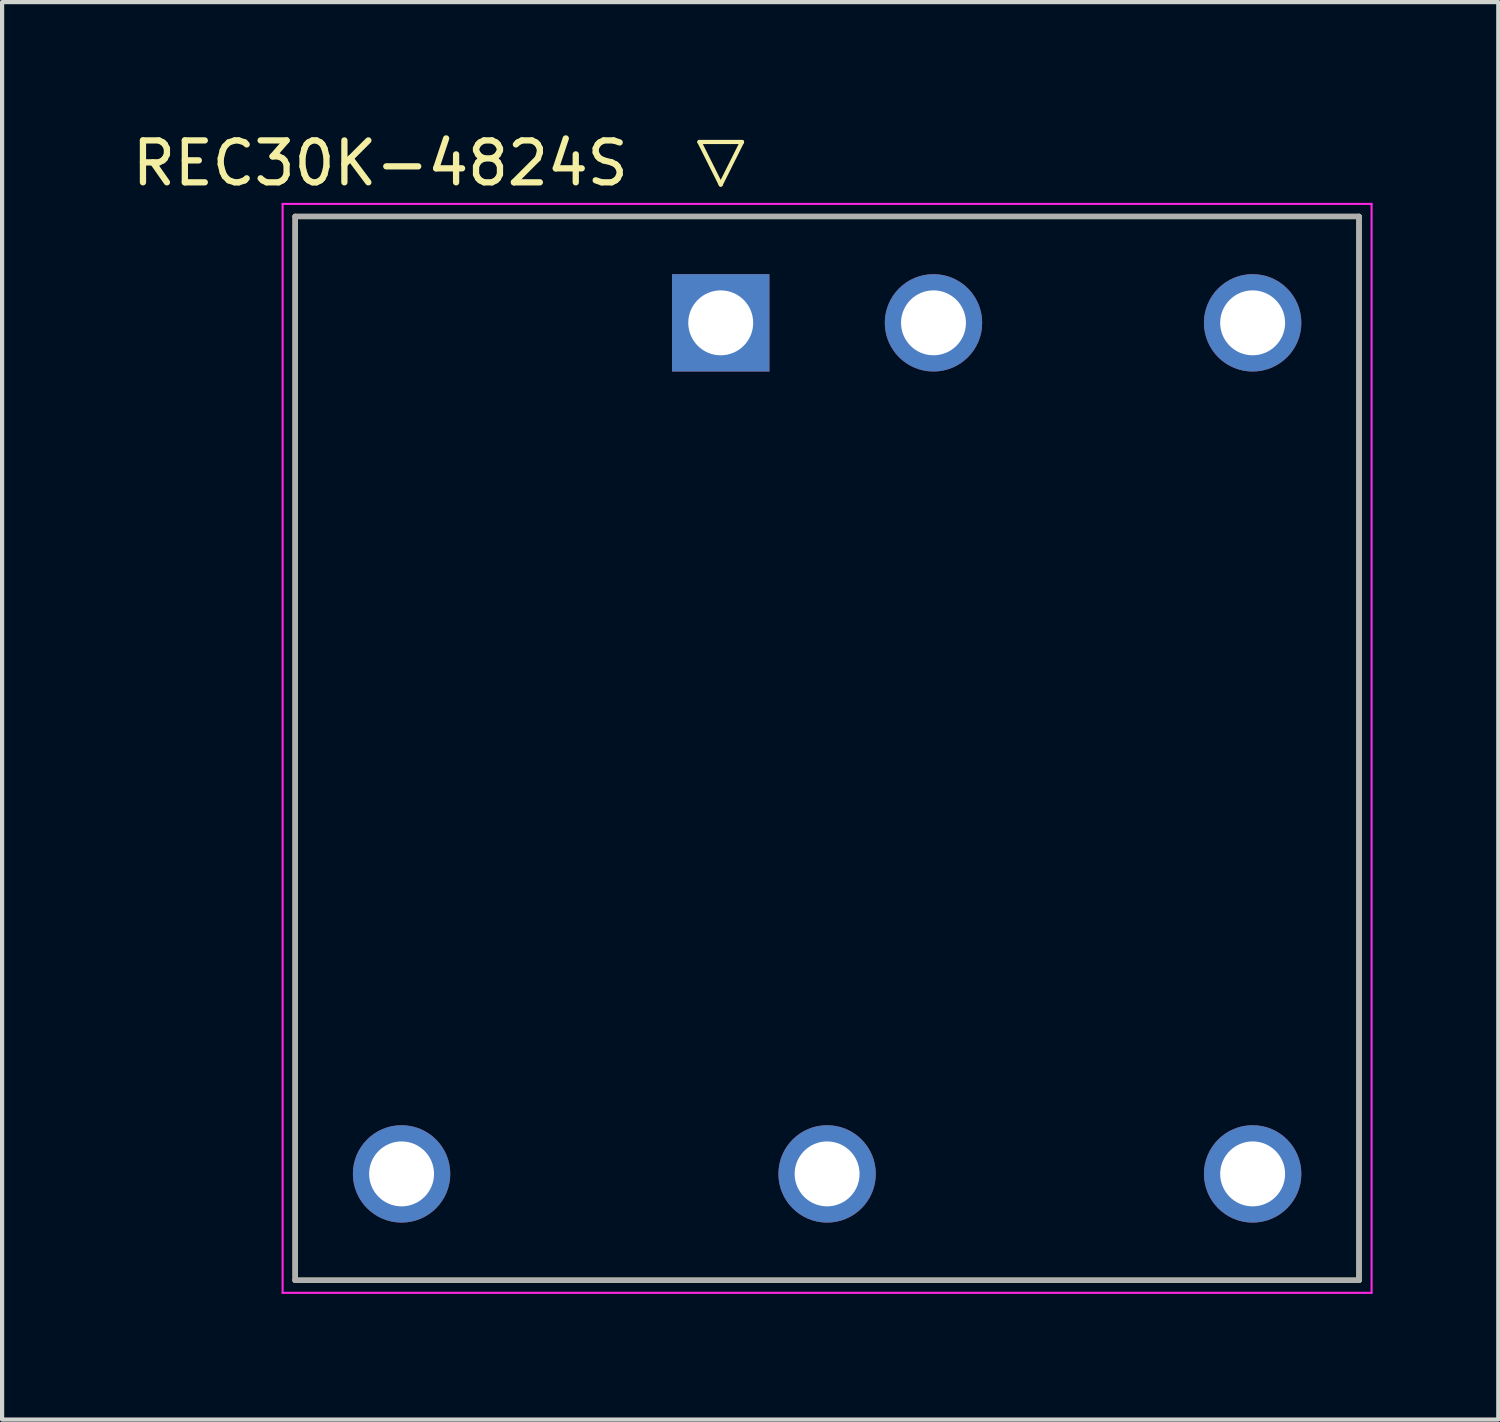
<source format=kicad_pcb>
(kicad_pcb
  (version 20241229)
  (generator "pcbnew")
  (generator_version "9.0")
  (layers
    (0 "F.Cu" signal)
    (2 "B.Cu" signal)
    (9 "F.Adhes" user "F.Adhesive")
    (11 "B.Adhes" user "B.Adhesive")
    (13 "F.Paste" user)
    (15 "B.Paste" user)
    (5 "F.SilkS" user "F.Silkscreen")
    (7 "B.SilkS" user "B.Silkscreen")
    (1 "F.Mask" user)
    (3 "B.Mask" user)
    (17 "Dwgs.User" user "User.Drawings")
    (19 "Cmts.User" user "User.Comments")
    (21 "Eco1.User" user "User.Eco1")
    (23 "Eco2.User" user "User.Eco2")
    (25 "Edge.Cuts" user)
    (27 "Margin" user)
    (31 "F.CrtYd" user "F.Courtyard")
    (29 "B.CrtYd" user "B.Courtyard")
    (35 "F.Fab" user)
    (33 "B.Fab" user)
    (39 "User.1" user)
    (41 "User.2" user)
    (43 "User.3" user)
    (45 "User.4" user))
  (footprint "REC30K-4824S"
    (layer "F.Cu")
    (at 16.698 14.818)
    (property "Reference" "REC30K-4824S" (at -10.668 -13.97 0) (layer "F.SilkS") (effects (font (size 1 1) (thickness 0.15))))
    (attr through_hole)
    (fp_line (start -12.7 -12.7) (end -12.7 12.7) (stroke (width 0.127) (type solid)) (layer "F.SilkS"))
    (fp_line (start -12.7 12.7) (end 12.7 12.7) (stroke (width 0.127) (type solid)) (layer "F.SilkS"))
    (fp_line (start -3.048 -14.478) (end -2.54 -13.462) (stroke (width 0.1) (type default)) (layer "F.SilkS"))
    (fp_line (start -2.54 -13.462) (end -2.032 -14.478) (stroke (width 0.1) (type default)) (layer "F.SilkS"))
    (fp_line (start -2.032 -14.478) (end -3.048 -14.478) (stroke (width 0.1) (type default)) (layer "F.SilkS"))
    (fp_line (start 12.7 -12.7) (end -12.7 -12.7) (stroke (width 0.127) (type solid)) (layer "F.SilkS"))
    (fp_line (start 12.7 12.7) (end 12.7 -12.7) (stroke (width 0.127) (type solid)) (layer "F.SilkS"))
    (fp_line (start -13 -13) (end -13 13) (stroke (width 0.05) (type solid)) (layer "F.CrtYd"))
    (fp_line (start -13 13) (end 13 13) (stroke (width 0.05) (type solid)) (layer "F.CrtYd"))
    (fp_line (start 13 -13) (end -13 -13) (stroke (width 0.05) (type solid)) (layer "F.CrtYd"))
    (fp_line (start 13 13) (end 13 -13) (stroke (width 0.05) (type solid)) (layer "F.CrtYd"))
    (fp_line (start -12.7 -12.7) (end -12.7 12.7) (stroke (width 0.127) (type solid)) (layer "F.Fab"))
    (fp_line (start -12.7 12.7) (end 12.7 12.7) (stroke (width 0.127) (type solid)) (layer "F.Fab"))
    (fp_line (start 12.7 -12.7) (end -12.7 -12.7) (stroke (width 0.127) (type solid)) (layer "F.Fab"))
    (fp_line (start 12.7 12.7) (end 12.7 -12.7) (stroke (width 0.127) (type solid)) (layer "F.Fab"))
    (pad "1" thru_hole rect (at -2.54 -10.16 270) (size 2.325 2.325) (drill 1.55) (layers "*.Cu" "*.Mask"))
    (pad "2" thru_hole circle (at 2.54 -10.16 270) (size 2.325 2.325) (drill 1.55) (layers "*.Cu" "*.Mask"))
    (pad "3" thru_hole circle (at 10.16 -10.16 270) (size 2.325 2.325) (drill 1.55) (layers "*.Cu" "*.Mask"))
    (pad "4" thru_hole circle (at 10.16 10.16 270) (size 2.325 2.325) (drill 1.55) (layers "*.Cu" "*.Mask"))
    (pad "5" thru_hole circle (at 0 10.16 270) (size 2.325 2.325) (drill 1.55) (layers "*.Cu" "*.Mask"))
    (pad "6" thru_hole circle (at -10.16 10.16 270) (size 2.325 2.325) (drill 1.55) (layers "*.Cu" "*.Mask")))
  (gr_rect
    (start -3 -3)
    (end 32.723 30.843)
    (stroke (width 0.1) (type default))
    (fill no)
    (layer "Edge.Cuts")))
</source>
